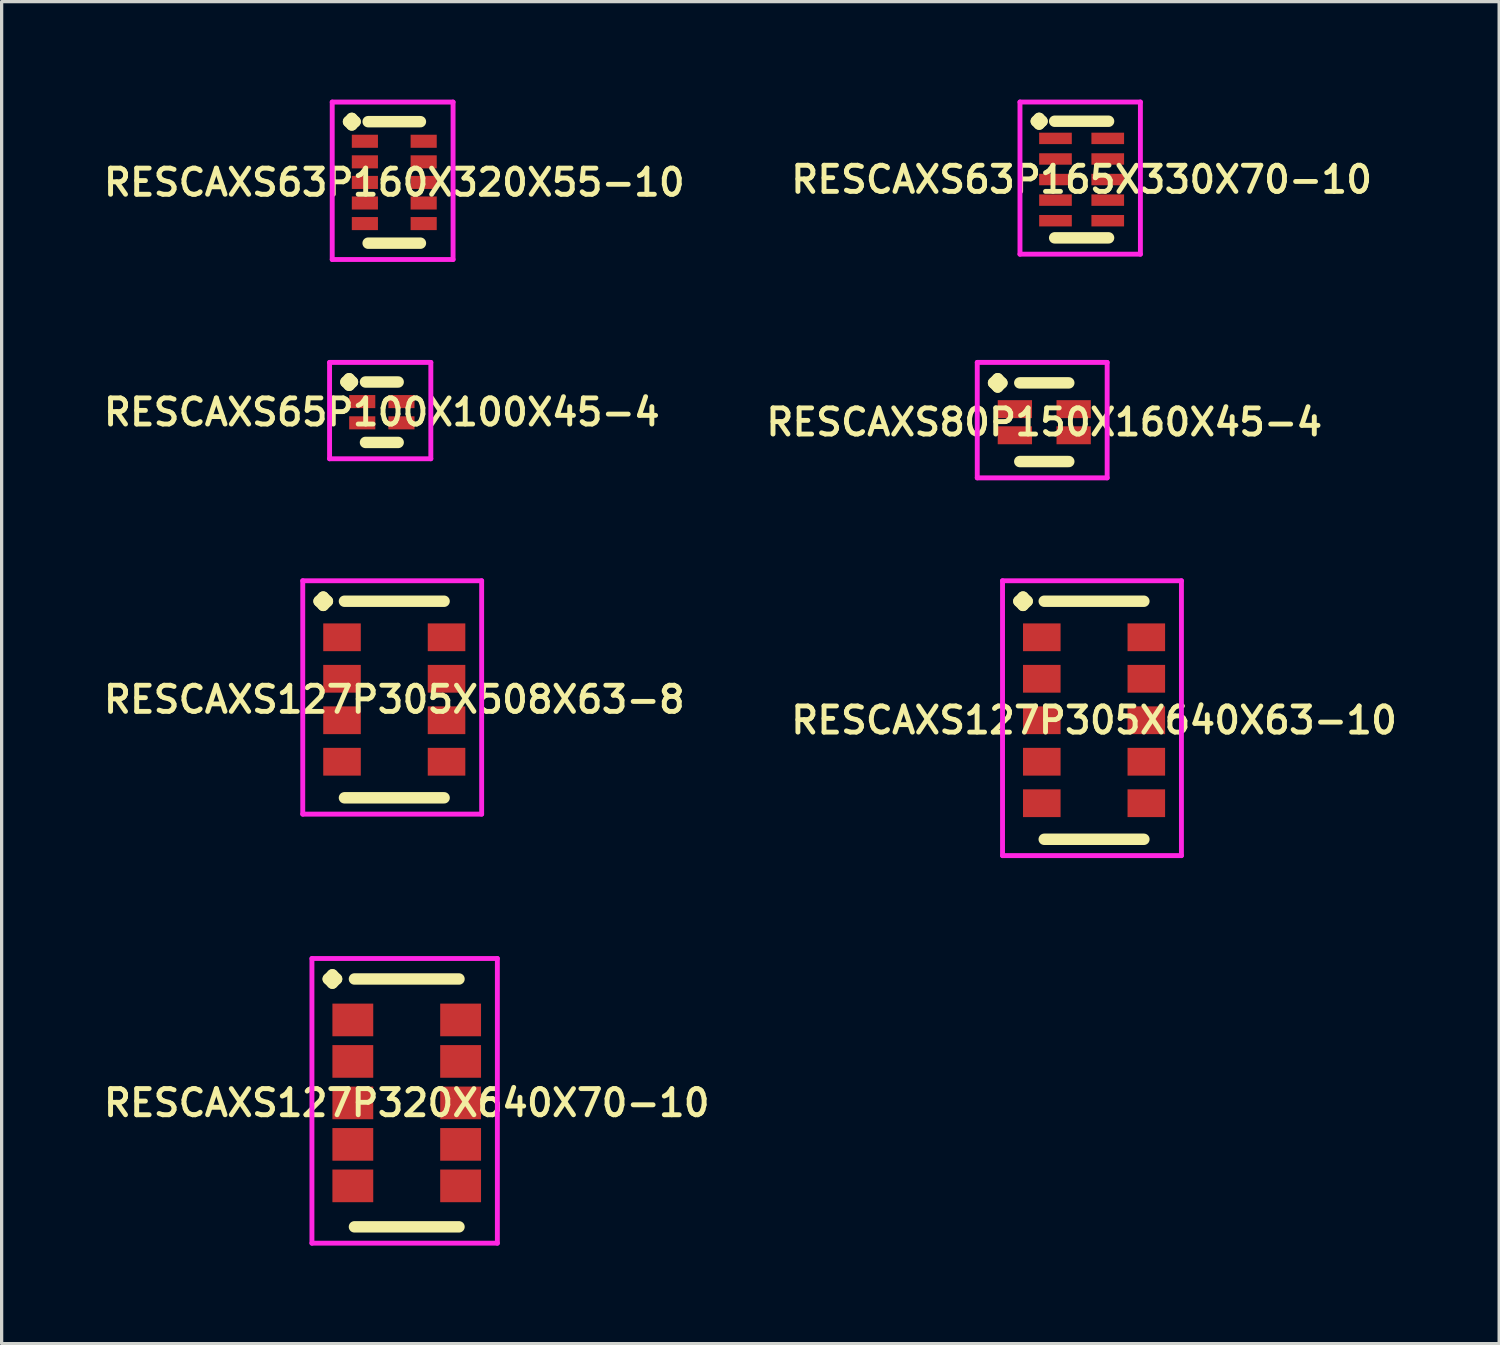
<source format=kicad_pcb>
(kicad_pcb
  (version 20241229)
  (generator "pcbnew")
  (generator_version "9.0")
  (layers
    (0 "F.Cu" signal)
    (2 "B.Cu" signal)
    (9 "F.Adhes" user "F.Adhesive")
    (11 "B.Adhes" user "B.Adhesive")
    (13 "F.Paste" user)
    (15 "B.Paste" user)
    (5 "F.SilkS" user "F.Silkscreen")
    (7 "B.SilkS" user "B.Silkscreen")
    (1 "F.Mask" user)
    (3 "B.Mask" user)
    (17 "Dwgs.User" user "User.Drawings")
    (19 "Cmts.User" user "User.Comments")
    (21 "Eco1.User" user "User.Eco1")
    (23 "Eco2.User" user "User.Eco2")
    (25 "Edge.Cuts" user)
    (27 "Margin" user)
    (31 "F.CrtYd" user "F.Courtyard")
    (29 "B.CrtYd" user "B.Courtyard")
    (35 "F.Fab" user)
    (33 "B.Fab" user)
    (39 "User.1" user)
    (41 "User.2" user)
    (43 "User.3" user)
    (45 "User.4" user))
  (footprint "RESCAXS63P165X330X70-10"
    (layer "F.Cu")
    (at 30.064 2.447)
    (property "Reference" "RESCAXS63P165X330X70-10" (at 0 0 0) (layer "F.SilkS") (effects (font (size 0.8 0.8) (thickness 0.15))))
    (attr smd)
    (fp_line (start -1.387 -1.785) (end -1.3 -1.873) (stroke (width 0.35) (type solid)) (layer "F.SilkS"))
    (fp_line (start -1.3 -1.873) (end -1.212 -1.785) (stroke (width 0.35) (type solid)) (layer "F.SilkS"))
    (fp_line (start -1.3 -1.698) (end -1.387 -1.785) (stroke (width 0.35) (type solid)) (layer "F.SilkS"))
    (fp_line (start -1.212 -1.785) (end -1.3 -1.698) (stroke (width 0.35) (type solid)) (layer "F.SilkS"))
    (fp_line (start -0.825 -1.785) (end 0.825 -1.785) (stroke (width 0.35) (type solid)) (layer "F.SilkS"))
    (fp_line (start -0.825 1.785) (end 0.825 1.785) (stroke (width 0.35) (type solid)) (layer "F.SilkS"))
    (fp_line (start -1.887 -2.373) (end 1.8 -2.373) (stroke (width 0.15) (type solid)) (layer "F.CrtYd"))
    (fp_line (start -1.887 2.285) (end -1.887 -2.373) (stroke (width 0.15) (type solid)) (layer "F.CrtYd"))
    (fp_line (start 1.8 -2.373) (end 1.8 2.285) (stroke (width 0.15) (type solid)) (layer "F.CrtYd"))
    (fp_line (start 1.8 2.285) (end -1.887 2.285) (stroke (width 0.15) (type solid)) (layer "F.CrtYd"))
    (pad "1" smd rect (at -0.8 -1.26) (size 1 0.35) (layers "F.Cu" "F.Mask" "F.Paste"))
    (pad "2" smd rect (at -0.8 -0.63) (size 1 0.35) (layers "F.Cu" "F.Mask" "F.Paste"))
    (pad "3" smd rect (at -0.8 0) (size 1 0.35) (layers "F.Cu" "F.Mask" "F.Paste"))
    (pad "4" smd rect (at -0.8 0.63) (size 1 0.35) (layers "F.Cu" "F.Mask" "F.Paste"))
    (pad "5" smd rect (at -0.8 1.26) (size 1 0.35) (layers "F.Cu" "F.Mask" "F.Paste"))
    (pad "6" smd rect (at 0.8 1.26) (size 1 0.35) (layers "F.Cu" "F.Mask" "F.Paste"))
    (pad "7" smd rect (at 0.8 0.63) (size 1 0.35) (layers "F.Cu" "F.Mask" "F.Paste"))
    (pad "8" smd rect (at 0.8 0) (size 1 0.35) (layers "F.Cu" "F.Mask" "F.Paste"))
    (pad "9" smd rect (at 0.8 -0.63) (size 1 0.35) (layers "F.Cu" "F.Mask" "F.Paste"))
    (pad "10" smd rect (at 0.8 -1.26) (size 1 0.35) (layers "F.Cu" "F.Mask" "F.Paste")))
  (footprint "RESCAXS127P305X640X63-10"
    (layer "F.Cu")
    (at 30.445 19.001)
    (property "Reference" "RESCAXS127P305X640X63-10" (at 0 0 0) (layer "F.SilkS") (effects (font (size 0.8 0.8) (thickness 0.15))))
    (attr smd)
    (fp_line (start -2.302 -3.644) (end -2.175 -3.771) (stroke (width 0.35) (type solid)) (layer "F.SilkS"))
    (fp_line (start -2.175 -3.771) (end -2.048 -3.644) (stroke (width 0.35) (type solid)) (layer "F.SilkS"))
    (fp_line (start -2.175 -3.517) (end -2.302 -3.644) (stroke (width 0.35) (type solid)) (layer "F.SilkS"))
    (fp_line (start -2.048 -3.644) (end -2.175 -3.517) (stroke (width 0.35) (type solid)) (layer "F.SilkS"))
    (fp_line (start -1.525 -3.644) (end 1.525 -3.644) (stroke (width 0.35) (type solid)) (layer "F.SilkS"))
    (fp_line (start -1.525 3.644) (end 1.525 3.644) (stroke (width 0.35) (type solid)) (layer "F.SilkS"))
    (fp_line (start -2.802 -4.271) (end 2.675 -4.271) (stroke (width 0.15) (type solid)) (layer "F.CrtYd"))
    (fp_line (start -2.802 4.144) (end -2.802 -4.271) (stroke (width 0.15) (type solid)) (layer "F.CrtYd"))
    (fp_line (start 2.675 -4.271) (end 2.675 4.144) (stroke (width 0.15) (type solid)) (layer "F.CrtYd"))
    (fp_line (start 2.675 4.144) (end -2.802 4.144) (stroke (width 0.15) (type solid)) (layer "F.CrtYd"))
    (pad "1" smd rect (at -1.6 -2.54) (size 1.15 0.85) (layers "F.Cu" "F.Mask" "F.Paste"))
    (pad "2" smd rect (at -1.6 -1.27) (size 1.15 0.85) (layers "F.Cu" "F.Mask" "F.Paste"))
    (pad "3" smd rect (at -1.6 0) (size 1.15 0.85) (layers "F.Cu" "F.Mask" "F.Paste"))
    (pad "4" smd rect (at -1.6 1.27) (size 1.15 0.85) (layers "F.Cu" "F.Mask" "F.Paste"))
    (pad "5" smd rect (at -1.6 2.54) (size 1.15 0.85) (layers "F.Cu" "F.Mask" "F.Paste"))
    (pad "6" smd rect (at 1.6 2.54) (size 1.15 0.85) (layers "F.Cu" "F.Mask" "F.Paste"))
    (pad "7" smd rect (at 1.6 1.27) (size 1.15 0.85) (layers "F.Cu" "F.Mask" "F.Paste"))
    (pad "8" smd rect (at 1.6 0) (size 1.15 0.85) (layers "F.Cu" "F.Mask" "F.Paste"))
    (pad "9" smd rect (at 1.6 -1.27) (size 1.15 0.85) (layers "F.Cu" "F.Mask" "F.Paste"))
    (pad "10" smd rect (at 1.6 -2.54) (size 1.15 0.85) (layers "F.Cu" "F.Mask" "F.Paste")))
  (footprint "RESCAXS63P160X320X55-10"
    (layer "F.Cu")
    (at 9.021 2.535)
    (property "Reference" "RESCAXS63P160X320X55-10" (at 0 0 0) (layer "F.SilkS") (effects (font (size 0.8 0.8) (thickness 0.15))))
    (attr smd)
    (fp_line (start -1.4 -1.86) (end -1.3 -1.96) (stroke (width 0.35) (type solid)) (layer "F.SilkS"))
    (fp_line (start -1.3 -1.96) (end -1.2 -1.86) (stroke (width 0.35) (type solid)) (layer "F.SilkS"))
    (fp_line (start -1.3 -1.76) (end -1.4 -1.86) (stroke (width 0.35) (type solid)) (layer "F.SilkS"))
    (fp_line (start -1.2 -1.86) (end -1.3 -1.76) (stroke (width 0.35) (type solid)) (layer "F.SilkS"))
    (fp_line (start -0.8 -1.86) (end 0.8 -1.86) (stroke (width 0.35) (type solid)) (layer "F.SilkS"))
    (fp_line (start -0.8 1.86) (end 0.8 1.86) (stroke (width 0.35) (type solid)) (layer "F.SilkS"))
    (fp_line (start -1.9 -2.46) (end 1.8 -2.46) (stroke (width 0.15) (type solid)) (layer "F.CrtYd"))
    (fp_line (start -1.9 2.36) (end -1.9 -2.46) (stroke (width 0.15) (type solid)) (layer "F.CrtYd"))
    (fp_line (start 1.8 -2.46) (end 1.8 2.36) (stroke (width 0.15) (type solid)) (layer "F.CrtYd"))
    (fp_line (start 1.8 2.36) (end -1.9 2.36) (stroke (width 0.15) (type solid)) (layer "F.CrtYd"))
    (pad "1" smd rect (at -0.9 -1.26) (size 0.8 0.4) (layers "F.Cu" "F.Mask" "F.Paste"))
    (pad "2" smd rect (at -0.9 -0.63) (size 0.8 0.4) (layers "F.Cu" "F.Mask" "F.Paste"))
    (pad "3" smd rect (at -0.9 0) (size 0.8 0.4) (layers "F.Cu" "F.Mask" "F.Paste"))
    (pad "4" smd rect (at -0.9 0.63) (size 0.8 0.4) (layers "F.Cu" "F.Mask" "F.Paste"))
    (pad "5" smd rect (at -0.9 1.26) (size 0.8 0.4) (layers "F.Cu" "F.Mask" "F.Paste"))
    (pad "6" smd rect (at 0.9 1.26) (size 0.8 0.4) (layers "F.Cu" "F.Mask" "F.Paste"))
    (pad "7" smd rect (at 0.9 0.63) (size 0.8 0.4) (layers "F.Cu" "F.Mask" "F.Paste"))
    (pad "8" smd rect (at 0.9 0) (size 0.8 0.4) (layers "F.Cu" "F.Mask" "F.Paste"))
    (pad "9" smd rect (at 0.9 -0.63) (size 0.8 0.4) (layers "F.Cu" "F.Mask" "F.Paste"))
    (pad "10" smd rect (at 0.9 -1.26) (size 0.8 0.4) (layers "F.Cu" "F.Mask" "F.Paste")))
  (footprint "RESCAXS127P320X640X70-10"
    (layer "F.Cu")
    (at 9.402 30.716)
    (property "Reference" "RESCAXS127P320X640X70-10" (at 0 0 0) (layer "F.SilkS") (effects (font (size 0.8 0.8) (thickness 0.15))))
    (attr smd)
    (fp_line (start -2.402 -3.794) (end -2.275 -3.921) (stroke (width 0.35) (type solid)) (layer "F.SilkS"))
    (fp_line (start -2.275 -3.921) (end -2.148 -3.794) (stroke (width 0.35) (type solid)) (layer "F.SilkS"))
    (fp_line (start -2.275 -3.667) (end -2.402 -3.794) (stroke (width 0.35) (type solid)) (layer "F.SilkS"))
    (fp_line (start -2.148 -3.794) (end -2.275 -3.667) (stroke (width 0.35) (type solid)) (layer "F.SilkS"))
    (fp_line (start -1.6 -3.794) (end 1.6 -3.794) (stroke (width 0.35) (type solid)) (layer "F.SilkS"))
    (fp_line (start -1.6 3.794) (end 1.6 3.794) (stroke (width 0.35) (type solid)) (layer "F.SilkS"))
    (fp_line (start -2.902 -4.421) (end 2.775 -4.421) (stroke (width 0.15) (type solid)) (layer "F.CrtYd"))
    (fp_line (start -2.902 4.294) (end -2.902 -4.421) (stroke (width 0.15) (type solid)) (layer "F.CrtYd"))
    (fp_line (start 2.775 -4.421) (end 2.775 4.294) (stroke (width 0.15) (type solid)) (layer "F.CrtYd"))
    (fp_line (start 2.775 4.294) (end -2.902 4.294) (stroke (width 0.15) (type solid)) (layer "F.CrtYd"))
    (pad "1" smd rect (at -1.65 -2.54) (size 1.25 1) (layers "F.Cu" "F.Mask" "F.Paste"))
    (pad "2" smd rect (at -1.65 -1.27) (size 1.25 1) (layers "F.Cu" "F.Mask" "F.Paste"))
    (pad "3" smd rect (at -1.65 0) (size 1.25 1) (layers "F.Cu" "F.Mask" "F.Paste"))
    (pad "4" smd rect (at -1.65 1.27) (size 1.25 1) (layers "F.Cu" "F.Mask" "F.Paste"))
    (pad "5" smd rect (at -1.65 2.54) (size 1.25 1) (layers "F.Cu" "F.Mask" "F.Paste"))
    (pad "6" smd rect (at 1.65 2.54) (size 1.25 1) (layers "F.Cu" "F.Mask" "F.Paste"))
    (pad "7" smd rect (at 1.65 1.27) (size 1.25 1) (layers "F.Cu" "F.Mask" "F.Paste"))
    (pad "8" smd rect (at 1.65 0) (size 1.25 1) (layers "F.Cu" "F.Mask" "F.Paste"))
    (pad "9" smd rect (at 1.65 -1.27) (size 1.25 1) (layers "F.Cu" "F.Mask" "F.Paste"))
    (pad "10" smd rect (at 1.65 -2.54) (size 1.25 1) (layers "F.Cu" "F.Mask" "F.Paste")))
  (footprint "RESCAXS80P150X160X45-4"
    (layer "F.Cu")
    (at 28.921 9.876)
    (property "Reference" "RESCAXS80P150X160X45-4" (at 0 0 0) (layer "F.SilkS") (effects (font (size 0.8 0.8) (thickness 0.15))))
    (attr smd)
    (fp_line (start -1.552 -1.204) (end -1.425 -1.331) (stroke (width 0.35) (type solid)) (layer "F.SilkS"))
    (fp_line (start -1.425 -1.331) (end -1.298 -1.204) (stroke (width 0.35) (type solid)) (layer "F.SilkS"))
    (fp_line (start -1.425 -1.077) (end -1.552 -1.204) (stroke (width 0.35) (type solid)) (layer "F.SilkS"))
    (fp_line (start -1.298 -1.204) (end -1.425 -1.077) (stroke (width 0.35) (type solid)) (layer "F.SilkS"))
    (fp_line (start -0.75 -1.204) (end 0.75 -1.204) (stroke (width 0.35) (type solid)) (layer "F.SilkS"))
    (fp_line (start -0.75 1.204) (end 0.75 1.204) (stroke (width 0.35) (type solid)) (layer "F.SilkS"))
    (fp_line (start -2.052 -1.831) (end 1.925 -1.831) (stroke (width 0.15) (type solid)) (layer "F.CrtYd"))
    (fp_line (start -2.052 1.704) (end -2.052 -1.831) (stroke (width 0.15) (type solid)) (layer "F.CrtYd"))
    (fp_line (start 1.925 -1.831) (end 1.925 1.704) (stroke (width 0.15) (type solid)) (layer "F.CrtYd"))
    (fp_line (start 1.925 1.704) (end -2.052 1.704) (stroke (width 0.15) (type solid)) (layer "F.CrtYd"))
    (pad "1" smd rect (at -0.9 -0.4) (size 1.05 0.55) (layers "F.Cu" "F.Mask" "F.Paste"))
    (pad "2" smd rect (at -0.9 0.4) (size 1.05 0.55) (layers "F.Cu" "F.Mask" "F.Paste"))
    (pad "3" smd rect (at 0.9 0.4) (size 1.05 0.55) (layers "F.Cu" "F.Mask" "F.Paste"))
    (pad "4" smd rect (at 0.9 -0.4) (size 1.05 0.55) (layers "F.Cu" "F.Mask" "F.Paste")))
  (footprint "RESCAXS65P100X100X45-4"
    (layer "F.Cu")
    (at 8.64 9.57)
    (property "Reference" "RESCAXS65P100X100X45-4" (at 0 0 0) (layer "F.SilkS") (effects (font (size 0.8 0.8) (thickness 0.15))))
    (attr smd)
    (fp_line (start -1.1 -0.925) (end -1 -1.025) (stroke (width 0.35) (type solid)) (layer "F.SilkS"))
    (fp_line (start -1 -1.025) (end -0.9 -0.925) (stroke (width 0.35) (type solid)) (layer "F.SilkS"))
    (fp_line (start -1 -0.825) (end -1.1 -0.925) (stroke (width 0.35) (type solid)) (layer "F.SilkS"))
    (fp_line (start -0.9 -0.925) (end -1 -0.825) (stroke (width 0.35) (type solid)) (layer "F.SilkS"))
    (fp_line (start -0.5 -0.925) (end 0.5 -0.925) (stroke (width 0.35) (type solid)) (layer "F.SilkS"))
    (fp_line (start -0.5 0.925) (end 0.5 0.925) (stroke (width 0.35) (type solid)) (layer "F.SilkS"))
    (fp_line (start -1.6 -1.525) (end 1.5 -1.525) (stroke (width 0.15) (type solid)) (layer "F.CrtYd"))
    (fp_line (start -1.6 1.425) (end -1.6 -1.525) (stroke (width 0.15) (type solid)) (layer "F.CrtYd"))
    (fp_line (start 1.5 -1.525) (end 1.5 1.425) (stroke (width 0.15) (type solid)) (layer "F.CrtYd"))
    (fp_line (start 1.5 1.425) (end -1.6 1.425) (stroke (width 0.15) (type solid)) (layer "F.CrtYd"))
    (pad "1" smd rect (at -0.6 -0.325) (size 0.8 0.4) (layers "F.Cu" "F.Mask" "F.Paste"))
    (pad "2" smd rect (at -0.6 0.325) (size 0.8 0.4) (layers "F.Cu" "F.Mask" "F.Paste"))
    (pad "3" smd rect (at 0.6 0.325) (size 0.8 0.4) (layers "F.Cu" "F.Mask" "F.Paste"))
    (pad "4" smd rect (at 0.6 -0.325) (size 0.8 0.4) (layers "F.Cu" "F.Mask" "F.Paste")))
  (footprint "RESCAXS127P305X508X63-8"
    (layer "F.Cu")
    (at 9.021 18.366)
    (property "Reference" "RESCAXS127P305X508X63-8" (at 0 0 0) (layer "F.SilkS") (effects (font (size 0.8 0.8) (thickness 0.15))))
    (attr smd)
    (fp_line (start -2.302 -3.009) (end -2.175 -3.136) (stroke (width 0.35) (type solid)) (layer "F.SilkS"))
    (fp_line (start -2.175 -3.136) (end -2.048 -3.009) (stroke (width 0.35) (type solid)) (layer "F.SilkS"))
    (fp_line (start -2.175 -2.882) (end -2.302 -3.009) (stroke (width 0.35) (type solid)) (layer "F.SilkS"))
    (fp_line (start -2.048 -3.009) (end -2.175 -2.882) (stroke (width 0.35) (type solid)) (layer "F.SilkS"))
    (fp_line (start -1.525 -3.009) (end 1.525 -3.009) (stroke (width 0.35) (type solid)) (layer "F.SilkS"))
    (fp_line (start -1.525 3.009) (end 1.525 3.009) (stroke (width 0.35) (type solid)) (layer "F.SilkS"))
    (fp_line (start -2.802 -3.636) (end 2.675 -3.636) (stroke (width 0.15) (type solid)) (layer "F.CrtYd"))
    (fp_line (start -2.802 3.509) (end -2.802 -3.636) (stroke (width 0.15) (type solid)) (layer "F.CrtYd"))
    (fp_line (start 2.675 -3.636) (end 2.675 3.509) (stroke (width 0.15) (type solid)) (layer "F.CrtYd"))
    (fp_line (start 2.675 3.509) (end -2.802 3.509) (stroke (width 0.15) (type solid)) (layer "F.CrtYd"))
    (pad "1" smd rect (at -1.6 -1.905) (size 1.15 0.85) (layers "F.Cu" "F.Mask" "F.Paste"))
    (pad "2" smd rect (at -1.6 -0.635) (size 1.15 0.85) (layers "F.Cu" "F.Mask" "F.Paste"))
    (pad "3" smd rect (at -1.6 0.635) (size 1.15 0.85) (layers "F.Cu" "F.Mask" "F.Paste"))
    (pad "4" smd rect (at -1.6 1.905) (size 1.15 0.85) (layers "F.Cu" "F.Mask" "F.Paste"))
    (pad "5" smd rect (at 1.6 1.905) (size 1.15 0.85) (layers "F.Cu" "F.Mask" "F.Paste"))
    (pad "6" smd rect (at 1.6 0.635) (size 1.15 0.85) (layers "F.Cu" "F.Mask" "F.Paste"))
    (pad "7" smd rect (at 1.6 -0.635) (size 1.15 0.85) (layers "F.Cu" "F.Mask" "F.Paste"))
    (pad "8" smd rect (at 1.6 -1.905) (size 1.15 0.85) (layers "F.Cu" "F.Mask" "F.Paste")))
  (gr_rect
    (start -3 -3)
    (end 42.847 38.085)
    (stroke (width 0.1) (type default))
    (fill no)
    (layer "Edge.Cuts")))
</source>
